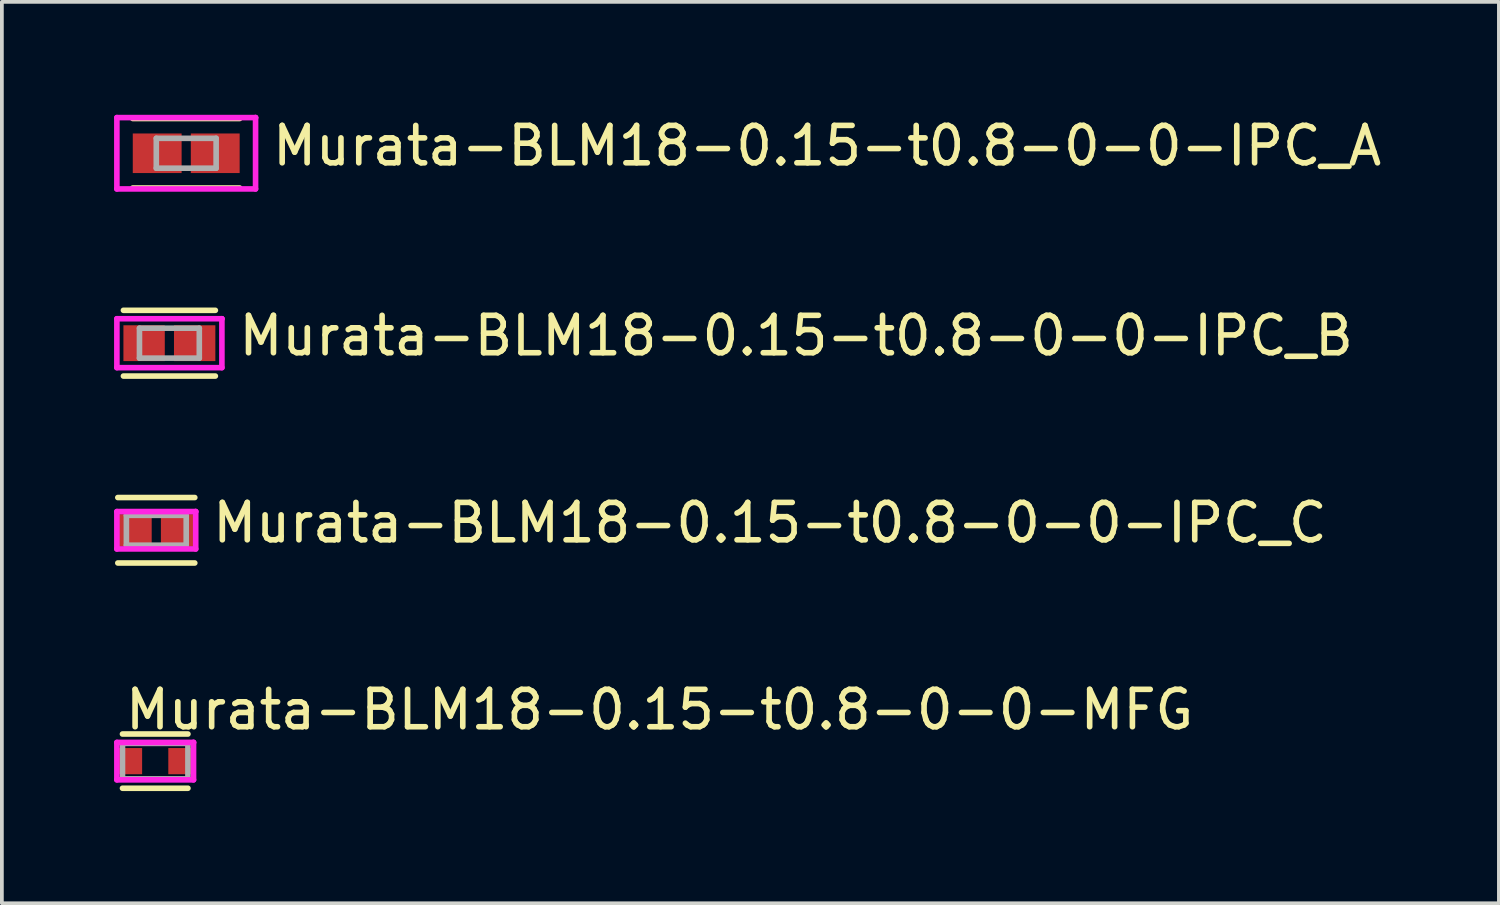
<source format=kicad_pcb>
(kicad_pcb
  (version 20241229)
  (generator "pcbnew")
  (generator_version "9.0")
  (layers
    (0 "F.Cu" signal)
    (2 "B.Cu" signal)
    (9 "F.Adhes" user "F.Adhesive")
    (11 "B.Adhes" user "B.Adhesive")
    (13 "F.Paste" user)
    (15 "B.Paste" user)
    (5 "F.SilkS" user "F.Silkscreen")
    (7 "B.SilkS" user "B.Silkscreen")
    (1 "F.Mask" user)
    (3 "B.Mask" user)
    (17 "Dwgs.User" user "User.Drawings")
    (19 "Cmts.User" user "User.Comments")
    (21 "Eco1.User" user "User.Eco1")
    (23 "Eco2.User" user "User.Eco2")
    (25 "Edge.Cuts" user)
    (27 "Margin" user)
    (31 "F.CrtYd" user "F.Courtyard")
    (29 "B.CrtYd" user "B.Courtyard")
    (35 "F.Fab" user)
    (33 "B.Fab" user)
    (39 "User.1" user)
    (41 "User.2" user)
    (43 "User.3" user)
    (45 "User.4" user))
  (footprint "Murata-BLM18-0.15-t0.8-0-0-IPC_B"
    (layer "F.Cu")
    (at 1.479 6.126)
    (property "Reference" "Murata-BLM18-0.15-t0.8-0-0-IPC_B" (at 1.779 -0.2 0) (layer "F.SilkS") (effects (font (size 1 1) (thickness 0.15)) (justify left)))
    (attr through_hole)
    (fp_line (start -1.229 -0.879) (end 1.229 -0.879) (stroke (width 0.15) (type solid)) (layer "F.SilkS"))
    (fp_line (start -1.229 0.879) (end 1.229 0.879) (stroke (width 0.15) (type solid)) (layer "F.SilkS"))
    (fp_line (start -1.404 -0.654) (end -1.404 0.654) (stroke (width 0.15) (type solid)) (layer "F.CrtYd"))
    (fp_line (start -1.404 0.654) (end 1.404 0.654) (stroke (width 0.15) (type solid)) (layer "F.CrtYd"))
    (fp_line (start 1.404 -0.654) (end -1.404 -0.654) (stroke (width 0.15) (type solid)) (layer "F.CrtYd"))
    (fp_line (start 1.404 -0.654) (end 1.404 -0.654) (stroke (width 0.15) (type solid)) (layer "F.CrtYd"))
    (fp_line (start 1.404 0.654) (end 1.404 -0.654) (stroke (width 0.15) (type solid)) (layer "F.CrtYd"))
    (fp_line (start -0.8 -0.4) (end 0.8 -0.4) (stroke (width 0.15) (type solid)) (layer "F.Fab"))
    (fp_line (start -0.8 0.4) (end -0.8 -0.4) (stroke (width 0.15) (type solid)) (layer "F.Fab"))
    (fp_line (start 0.8 -0.4) (end 0.8 0.4) (stroke (width 0.15) (type solid)) (layer "F.Fab"))
    (fp_line (start 0.8 0.4) (end -0.8 0.4) (stroke (width 0.15) (type solid)) (layer "F.Fab"))
    (pad "1" smd rect (at -0.676 0) (size 1.106 0.958) (layers "F.Cu" "F.Mask" "F.Paste"))
    (pad "2" smd rect (at 0.676 0) (size 1.106 0.958) (layers "F.Cu" "F.Mask" "F.Paste")))
  (footprint "Murata-BLM18-0.15-t0.8-0-0-IPC_C"
    (layer "F.Cu")
    (at 1.129 11.128)
    (property "Reference" "Murata-BLM18-0.15-t0.8-0-0-IPC_C" (at 1.429 -0.2 0) (layer "F.SilkS") (effects (font (size 1 1) (thickness 0.15)) (justify left)))
    (attr through_hole)
    (fp_line (start -1.029 -0.875) (end 1.029 -0.875) (stroke (width 0.15) (type solid)) (layer "F.SilkS"))
    (fp_line (start -1.029 0.875) (end 1.029 0.875) (stroke (width 0.15) (type solid)) (layer "F.SilkS"))
    (fp_line (start -1.054 -0.5) (end -1.054 0.5) (stroke (width 0.15) (type solid)) (layer "F.CrtYd"))
    (fp_line (start -1.054 0.5) (end 1.054 0.5) (stroke (width 0.15) (type solid)) (layer "F.CrtYd"))
    (fp_line (start 1.054 -0.5) (end -1.054 -0.5) (stroke (width 0.15) (type solid)) (layer "F.CrtYd"))
    (fp_line (start 1.054 -0.5) (end 1.054 -0.5) (stroke (width 0.15) (type solid)) (layer "F.CrtYd"))
    (fp_line (start 1.054 0.5) (end 1.054 -0.5) (stroke (width 0.15) (type solid)) (layer "F.CrtYd"))
    (fp_line (start -0.8 -0.4) (end 0.8 -0.4) (stroke (width 0.15) (type solid)) (layer "F.Fab"))
    (fp_line (start -0.8 0.4) (end -0.8 -0.4) (stroke (width 0.15) (type solid)) (layer "F.Fab"))
    (fp_line (start 0.8 -0.4) (end 0.8 0.4) (stroke (width 0.15) (type solid)) (layer "F.Fab"))
    (fp_line (start 0.8 0.4) (end -0.8 0.4) (stroke (width 0.15) (type solid)) (layer "F.Fab"))
    (pad "1" smd rect (at -0.576 0) (size 0.906 0.858) (layers "F.Cu" "F.Mask" "F.Paste"))
    (pad "2" smd rect (at 0.576 0) (size 0.906 0.858) (layers "F.Cu" "F.Mask" "F.Paste")))
  (footprint "Murata-BLM18-0.15-t0.8-0-0-MFG"
    (layer "F.Cu")
    (at 1.1 17.301)
    (property "Reference" "Murata-BLM18-0.15-t0.8-0-0-MFG" (at -0.875 -1.375 0) (layer "F.SilkS") (effects (font (size 1 1) (thickness 0.15)) (justify left)))
    (attr through_hole)
    (fp_line (start -0.875 -0.725) (end 0.875 -0.725) (stroke (width 0.15) (type solid)) (layer "F.SilkS"))
    (fp_line (start -0.875 0.725) (end 0.875 0.725) (stroke (width 0.15) (type solid)) (layer "F.SilkS"))
    (fp_line (start -1.025 -0.5) (end -1.025 0.5) (stroke (width 0.15) (type solid)) (layer "F.CrtYd"))
    (fp_line (start -1.025 0.5) (end 1.025 0.5) (stroke (width 0.15) (type solid)) (layer "F.CrtYd"))
    (fp_line (start 1.025 -0.5) (end -1.025 -0.5) (stroke (width 0.15) (type solid)) (layer "F.CrtYd"))
    (fp_line (start 1.025 -0.5) (end 1.025 -0.5) (stroke (width 0.15) (type solid)) (layer "F.CrtYd"))
    (fp_line (start 1.025 0.5) (end 1.025 -0.5) (stroke (width 0.15) (type solid)) (layer "F.CrtYd"))
    (fp_line (start -0.875 -0.475) (end 0.875 -0.475) (stroke (width 0.15) (type solid)) (layer "F.Fab"))
    (fp_line (start -0.875 0.475) (end -0.875 -0.475) (stroke (width 0.15) (type solid)) (layer "F.Fab"))
    (fp_line (start 0.875 -0.475) (end 0.875 0.475) (stroke (width 0.15) (type solid)) (layer "F.Fab"))
    (fp_line (start 0.875 0.475) (end -0.875 0.475) (stroke (width 0.15) (type solid)) (layer "F.Fab"))
    (pad "1" smd rect (at -0.675 0) (size 0.65 0.7) (layers "F.Cu" "F.Mask" "F.Paste"))
    (pad "2" smd rect (at 0.675 0) (size 0.65 0.7) (layers "F.Cu" "F.Mask" "F.Paste")))
  (footprint "Murata-BLM18-0.15-t0.8-0-0-IPC_A"
    (layer "F.Cu")
    (at 1.929 1.048)
    (property "Reference" "Murata-BLM18-0.15-t0.8-0-0-IPC_A" (at 2.229 -0.2 0) (layer "F.SilkS") (effects (font (size 1 1) (thickness 0.15)) (justify left)))
    (attr through_hole)
    (fp_line (start -1.429 -0.929) (end 1.429 -0.929) (stroke (width 0.15) (type solid)) (layer "F.SilkS"))
    (fp_line (start -1.429 0.929) (end 1.429 0.929) (stroke (width 0.15) (type solid)) (layer "F.SilkS"))
    (fp_line (start -1.854 -0.954) (end -1.854 0.954) (stroke (width 0.15) (type solid)) (layer "F.CrtYd"))
    (fp_line (start -1.854 0.954) (end 1.854 0.954) (stroke (width 0.15) (type solid)) (layer "F.CrtYd"))
    (fp_line (start 1.854 -0.954) (end -1.854 -0.954) (stroke (width 0.15) (type solid)) (layer "F.CrtYd"))
    (fp_line (start 1.854 -0.954) (end 1.854 -0.954) (stroke (width 0.15) (type solid)) (layer "F.CrtYd"))
    (fp_line (start 1.854 0.954) (end 1.854 -0.954) (stroke (width 0.15) (type solid)) (layer "F.CrtYd"))
    (fp_line (start -0.8 -0.4) (end 0.8 -0.4) (stroke (width 0.15) (type solid)) (layer "F.Fab"))
    (fp_line (start -0.8 0.4) (end -0.8 -0.4) (stroke (width 0.15) (type solid)) (layer "F.Fab"))
    (fp_line (start 0.8 -0.4) (end 0.8 0.4) (stroke (width 0.15) (type solid)) (layer "F.Fab"))
    (fp_line (start 0.8 0.4) (end -0.8 0.4) (stroke (width 0.15) (type solid)) (layer "F.Fab"))
    (pad "1" smd rect (at -0.776 0) (size 1.306 1.058) (layers "F.Cu" "F.Mask" "F.Paste"))
    (pad "2" smd rect (at 0.776 0) (size 1.306 1.058) (layers "F.Cu" "F.Mask" "F.Paste")))
  (gr_rect
    (start -3 -3)
    (end 37.027 21.101)
    (stroke (width 0.1) (type default))
    (fill no)
    (layer "Edge.Cuts")))
</source>
